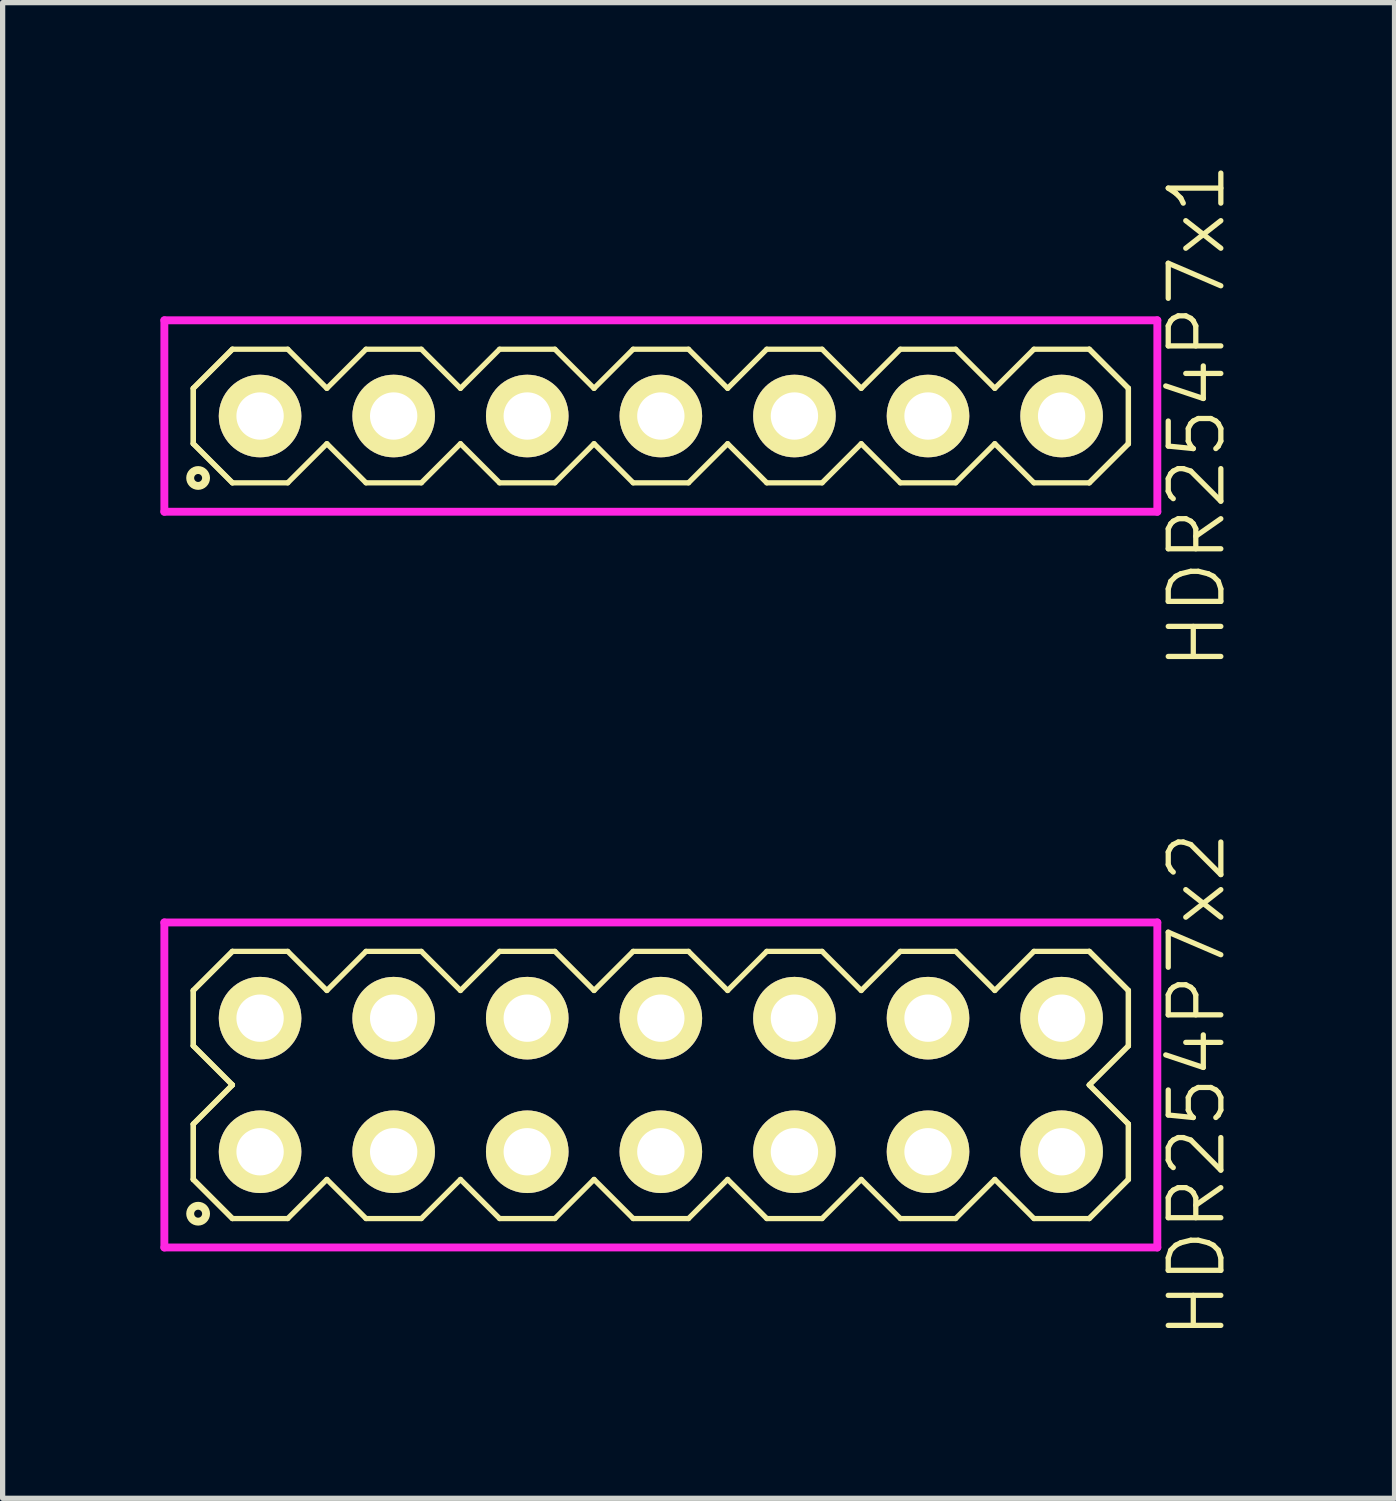
<source format=kicad_pcb>
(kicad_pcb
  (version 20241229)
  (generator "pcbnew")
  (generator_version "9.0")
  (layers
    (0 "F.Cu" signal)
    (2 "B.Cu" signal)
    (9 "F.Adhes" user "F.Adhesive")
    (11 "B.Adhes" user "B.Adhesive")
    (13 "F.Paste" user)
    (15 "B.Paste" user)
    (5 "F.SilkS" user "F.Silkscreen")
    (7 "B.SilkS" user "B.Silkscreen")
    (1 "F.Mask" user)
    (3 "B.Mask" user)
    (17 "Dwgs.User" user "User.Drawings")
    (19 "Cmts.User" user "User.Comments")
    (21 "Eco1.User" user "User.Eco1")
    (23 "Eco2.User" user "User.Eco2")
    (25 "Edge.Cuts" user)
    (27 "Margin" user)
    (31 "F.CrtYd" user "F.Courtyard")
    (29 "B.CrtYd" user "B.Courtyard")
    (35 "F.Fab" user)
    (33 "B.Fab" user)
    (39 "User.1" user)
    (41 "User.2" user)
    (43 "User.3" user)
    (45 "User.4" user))
  (footprint "HDR254P7x2"
    (layer "F.Cu")
    (at 9.515 17.579)
    (property "Reference" "HDR254P7x2" (at 10.19 0 90) (layer "F.SilkS") (effects (font (size 1 1) (thickness 0.1))))
    (attr through_hole)
    (fp_line (start -8.89 -1.796) (end -8.146 -2.54) (stroke (width 0.1) (type solid)) (layer "F.SilkS"))
    (fp_line (start -8.89 -1.796) (end -8.146 -2.54) (stroke (width 0.1) (type solid)) (layer "F.SilkS"))
    (fp_line (start -8.89 -0.744) (end -8.89 -1.796) (stroke (width 0.1) (type solid)) (layer "F.SilkS"))
    (fp_line (start -8.89 -0.744) (end -8.89 -1.796) (stroke (width 0.1) (type solid)) (layer "F.SilkS"))
    (fp_line (start -8.89 0.744) (end -8.146 0) (stroke (width 0.1) (type solid)) (layer "F.SilkS"))
    (fp_line (start -8.89 0.744) (end -8.146 0) (stroke (width 0.1) (type solid)) (layer "F.SilkS"))
    (fp_line (start -8.89 1.796) (end -8.89 0.744) (stroke (width 0.1) (type solid)) (layer "F.SilkS"))
    (fp_line (start -8.89 1.796) (end -8.89 0.744) (stroke (width 0.1) (type solid)) (layer "F.SilkS"))
    (fp_line (start -8.146 -2.54) (end -7.094 -2.54) (stroke (width 0.1) (type solid)) (layer "F.SilkS"))
    (fp_line (start -8.146 0) (end -8.89 -0.744) (stroke (width 0.1) (type solid)) (layer "F.SilkS"))
    (fp_line (start -8.146 0) (end -8.89 -0.744) (stroke (width 0.1) (type solid)) (layer "F.SilkS"))
    (fp_line (start -8.146 2.54) (end -8.89 1.796) (stroke (width 0.1) (type solid)) (layer "F.SilkS"))
    (fp_line (start -8.146 2.54) (end -8.89 1.796) (stroke (width 0.1) (type solid)) (layer "F.SilkS"))
    (fp_line (start -7.094 -2.54) (end -6.35 -1.796) (stroke (width 0.1) (type solid)) (layer "F.SilkS"))
    (fp_line (start -7.094 2.54) (end -8.146 2.54) (stroke (width 0.1) (type solid)) (layer "F.SilkS"))
    (fp_line (start -6.35 -1.796) (end -5.606 -2.54) (stroke (width 0.1) (type solid)) (layer "F.SilkS"))
    (fp_line (start -6.35 1.796) (end -7.094 2.54) (stroke (width 0.1) (type solid)) (layer "F.SilkS"))
    (fp_line (start -5.606 -2.54) (end -4.554 -2.54) (stroke (width 0.1) (type solid)) (layer "F.SilkS"))
    (fp_line (start -5.606 2.54) (end -6.35 1.796) (stroke (width 0.1) (type solid)) (layer "F.SilkS"))
    (fp_line (start -4.554 -2.54) (end -3.81 -1.796) (stroke (width 0.1) (type solid)) (layer "F.SilkS"))
    (fp_line (start -4.554 2.54) (end -5.606 2.54) (stroke (width 0.1) (type solid)) (layer "F.SilkS"))
    (fp_line (start -3.81 -1.796) (end -3.066 -2.54) (stroke (width 0.1) (type solid)) (layer "F.SilkS"))
    (fp_line (start -3.81 1.796) (end -4.554 2.54) (stroke (width 0.1) (type solid)) (layer "F.SilkS"))
    (fp_line (start -3.066 -2.54) (end -2.014 -2.54) (stroke (width 0.1) (type solid)) (layer "F.SilkS"))
    (fp_line (start -3.066 2.54) (end -3.81 1.796) (stroke (width 0.1) (type solid)) (layer "F.SilkS"))
    (fp_line (start -2.014 -2.54) (end -1.27 -1.796) (stroke (width 0.1) (type solid)) (layer "F.SilkS"))
    (fp_line (start -2.014 2.54) (end -3.066 2.54) (stroke (width 0.1) (type solid)) (layer "F.SilkS"))
    (fp_line (start -1.27 -1.796) (end -0.526 -2.54) (stroke (width 0.1) (type solid)) (layer "F.SilkS"))
    (fp_line (start -1.27 1.796) (end -2.014 2.54) (stroke (width 0.1) (type solid)) (layer "F.SilkS"))
    (fp_line (start -0.526 -2.54) (end 0.526 -2.54) (stroke (width 0.1) (type solid)) (layer "F.SilkS"))
    (fp_line (start -0.526 2.54) (end -1.27 1.796) (stroke (width 0.1) (type solid)) (layer "F.SilkS"))
    (fp_line (start 0.526 -2.54) (end 1.27 -1.796) (stroke (width 0.1) (type solid)) (layer "F.SilkS"))
    (fp_line (start 0.526 2.54) (end -0.526 2.54) (stroke (width 0.1) (type solid)) (layer "F.SilkS"))
    (fp_line (start 1.27 -1.796) (end 2.014 -2.54) (stroke (width 0.1) (type solid)) (layer "F.SilkS"))
    (fp_line (start 1.27 1.796) (end 0.526 2.54) (stroke (width 0.1) (type solid)) (layer "F.SilkS"))
    (fp_line (start 2.014 -2.54) (end 3.066 -2.54) (stroke (width 0.1) (type solid)) (layer "F.SilkS"))
    (fp_line (start 2.014 2.54) (end 1.27 1.796) (stroke (width 0.1) (type solid)) (layer "F.SilkS"))
    (fp_line (start 3.066 -2.54) (end 3.81 -1.796) (stroke (width 0.1) (type solid)) (layer "F.SilkS"))
    (fp_line (start 3.066 2.54) (end 2.014 2.54) (stroke (width 0.1) (type solid)) (layer "F.SilkS"))
    (fp_line (start 3.81 -1.796) (end 4.554 -2.54) (stroke (width 0.1) (type solid)) (layer "F.SilkS"))
    (fp_line (start 3.81 1.796) (end 3.066 2.54) (stroke (width 0.1) (type solid)) (layer "F.SilkS"))
    (fp_line (start 4.554 -2.54) (end 5.606 -2.54) (stroke (width 0.1) (type solid)) (layer "F.SilkS"))
    (fp_line (start 4.554 2.54) (end 3.81 1.796) (stroke (width 0.1) (type solid)) (layer "F.SilkS"))
    (fp_line (start 5.606 -2.54) (end 6.35 -1.796) (stroke (width 0.1) (type solid)) (layer "F.SilkS"))
    (fp_line (start 5.606 2.54) (end 4.554 2.54) (stroke (width 0.1) (type solid)) (layer "F.SilkS"))
    (fp_line (start 6.35 -1.796) (end 7.094 -2.54) (stroke (width 0.1) (type solid)) (layer "F.SilkS"))
    (fp_line (start 6.35 1.796) (end 5.606 2.54) (stroke (width 0.1) (type solid)) (layer "F.SilkS"))
    (fp_line (start 7.094 -2.54) (end 8.146 -2.54) (stroke (width 0.1) (type solid)) (layer "F.SilkS"))
    (fp_line (start 7.094 2.54) (end 6.35 1.796) (stroke (width 0.1) (type solid)) (layer "F.SilkS"))
    (fp_line (start 8.146 -2.54) (end 8.89 -1.796) (stroke (width 0.1) (type solid)) (layer "F.SilkS"))
    (fp_line (start 8.146 -2.54) (end 8.89 -1.796) (stroke (width 0.1) (type solid)) (layer "F.SilkS"))
    (fp_line (start 8.146 0) (end 8.89 0.744) (stroke (width 0.1) (type solid)) (layer "F.SilkS"))
    (fp_line (start 8.146 0) (end 8.89 0.744) (stroke (width 0.1) (type solid)) (layer "F.SilkS"))
    (fp_line (start 8.146 2.54) (end 7.094 2.54) (stroke (width 0.1) (type solid)) (layer "F.SilkS"))
    (fp_line (start 8.89 -1.796) (end 8.89 -0.744) (stroke (width 0.1) (type solid)) (layer "F.SilkS"))
    (fp_line (start 8.89 -1.796) (end 8.89 -0.744) (stroke (width 0.1) (type solid)) (layer "F.SilkS"))
    (fp_line (start 8.89 -0.744) (end 8.146 0) (stroke (width 0.1) (type solid)) (layer "F.SilkS"))
    (fp_line (start 8.89 -0.744) (end 8.146 0) (stroke (width 0.1) (type solid)) (layer "F.SilkS"))
    (fp_line (start 8.89 0.744) (end 8.89 1.796) (stroke (width 0.1) (type solid)) (layer "F.SilkS"))
    (fp_line (start 8.89 0.744) (end 8.89 1.796) (stroke (width 0.1) (type solid)) (layer "F.SilkS"))
    (fp_line (start 8.89 1.796) (end 8.146 2.54) (stroke (width 0.1) (type solid)) (layer "F.SilkS"))
    (fp_line (start 8.89 1.796) (end 8.146 2.54) (stroke (width 0.1) (type solid)) (layer "F.SilkS"))
    (fp_circle (center -8.798 2.448) (end -8.647 2.448) (stroke (width 0.15) (type solid)) (fill no) (layer "F.SilkS"))
    (fp_line (start -9.44 -3.09) (end -9.44 3.09) (stroke (width 0.15) (type solid)) (layer "F.CrtYd"))
    (fp_line (start -9.44 3.09) (end 9.44 3.09) (stroke (width 0.15) (type solid)) (layer "F.CrtYd"))
    (fp_line (start 9.44 -3.09) (end -9.44 -3.09) (stroke (width 0.15) (type solid)) (layer "F.CrtYd"))
    (fp_line (start 9.44 3.09) (end 9.44 -3.09) (stroke (width 0.15) (type solid)) (layer "F.CrtYd"))
    (pad "1" thru_hole oval (at -7.62 1.27) (size 1.57 1.57) (drill 0.9) (layers "*.Cu" "*.Mask" "F.SilkS"))
    (pad "2" thru_hole oval (at -7.62 -1.27) (size 1.57 1.57) (drill 0.9) (layers "*.Cu" "*.Mask" "F.SilkS"))
    (pad "3" thru_hole oval (at -5.08 1.27) (size 1.57 1.57) (drill 0.9) (layers "*.Cu" "*.Mask" "F.SilkS"))
    (pad "4" thru_hole oval (at -5.08 -1.27) (size 1.57 1.57) (drill 0.9) (layers "*.Cu" "*.Mask" "F.SilkS"))
    (pad "5" thru_hole oval (at -2.54 1.27) (size 1.57 1.57) (drill 0.9) (layers "*.Cu" "*.Mask" "F.SilkS"))
    (pad "6" thru_hole oval (at -2.54 -1.27) (size 1.57 1.57) (drill 0.9) (layers "*.Cu" "*.Mask" "F.SilkS"))
    (pad "7" thru_hole oval (at 0 1.27) (size 1.57 1.57) (drill 0.9) (layers "*.Cu" "*.Mask" "F.SilkS"))
    (pad "8" thru_hole oval (at 0 -1.27) (size 1.57 1.57) (drill 0.9) (layers "*.Cu" "*.Mask" "F.SilkS"))
    (pad "9" thru_hole oval (at 2.54 1.27) (size 1.57 1.57) (drill 0.9) (layers "*.Cu" "*.Mask" "F.SilkS"))
    (pad "10" thru_hole oval (at 2.54 -1.27) (size 1.57 1.57) (drill 0.9) (layers "*.Cu" "*.Mask" "F.SilkS"))
    (pad "11" thru_hole oval (at 5.08 1.27) (size 1.57 1.57) (drill 0.9) (layers "*.Cu" "*.Mask" "F.SilkS"))
    (pad "12" thru_hole oval (at 5.08 -1.27) (size 1.57 1.57) (drill 0.9) (layers "*.Cu" "*.Mask" "F.SilkS"))
    (pad "13" thru_hole oval (at 7.62 1.27) (size 1.57 1.57) (drill 0.9) (layers "*.Cu" "*.Mask" "F.SilkS"))
    (pad "14" thru_hole oval (at 7.62 -1.27) (size 1.57 1.57) (drill 0.9) (layers "*.Cu" "*.Mask" "F.SilkS")))
  (footprint "HDR254P7x1"
    (layer "F.Cu")
    (at 9.515 4.86)
    (property "Reference" "HDR254P7x1" (at 10.19 0 90) (layer "F.SilkS") (effects (font (size 1 1) (thickness 0.1))))
    (attr through_hole)
    (fp_line (start -8.89 -0.526) (end -8.146 -1.27) (stroke (width 0.1) (type solid)) (layer "F.SilkS"))
    (fp_line (start -8.89 -0.526) (end -8.146 -1.27) (stroke (width 0.1) (type solid)) (layer "F.SilkS"))
    (fp_line (start -8.89 0.526) (end -8.89 -0.526) (stroke (width 0.1) (type solid)) (layer "F.SilkS"))
    (fp_line (start -8.89 0.526) (end -8.89 -0.526) (stroke (width 0.1) (type solid)) (layer "F.SilkS"))
    (fp_line (start -8.146 -1.27) (end -7.094 -1.27) (stroke (width 0.1) (type solid)) (layer "F.SilkS"))
    (fp_line (start -8.146 1.27) (end -8.89 0.526) (stroke (width 0.1) (type solid)) (layer "F.SilkS"))
    (fp_line (start -8.146 1.27) (end -8.89 0.526) (stroke (width 0.1) (type solid)) (layer "F.SilkS"))
    (fp_line (start -7.094 -1.27) (end -6.35 -0.526) (stroke (width 0.1) (type solid)) (layer "F.SilkS"))
    (fp_line (start -7.094 1.27) (end -8.146 1.27) (stroke (width 0.1) (type solid)) (layer "F.SilkS"))
    (fp_line (start -6.35 -0.526) (end -5.606 -1.27) (stroke (width 0.1) (type solid)) (layer "F.SilkS"))
    (fp_line (start -6.35 0.526) (end -7.094 1.27) (stroke (width 0.1) (type solid)) (layer "F.SilkS"))
    (fp_line (start -5.606 -1.27) (end -4.554 -1.27) (stroke (width 0.1) (type solid)) (layer "F.SilkS"))
    (fp_line (start -5.606 1.27) (end -6.35 0.526) (stroke (width 0.1) (type solid)) (layer "F.SilkS"))
    (fp_line (start -4.554 -1.27) (end -3.81 -0.526) (stroke (width 0.1) (type solid)) (layer "F.SilkS"))
    (fp_line (start -4.554 1.27) (end -5.606 1.27) (stroke (width 0.1) (type solid)) (layer "F.SilkS"))
    (fp_line (start -3.81 -0.526) (end -3.066 -1.27) (stroke (width 0.1) (type solid)) (layer "F.SilkS"))
    (fp_line (start -3.81 0.526) (end -4.554 1.27) (stroke (width 0.1) (type solid)) (layer "F.SilkS"))
    (fp_line (start -3.066 -1.27) (end -2.014 -1.27) (stroke (width 0.1) (type solid)) (layer "F.SilkS"))
    (fp_line (start -3.066 1.27) (end -3.81 0.526) (stroke (width 0.1) (type solid)) (layer "F.SilkS"))
    (fp_line (start -2.014 -1.27) (end -1.27 -0.526) (stroke (width 0.1) (type solid)) (layer "F.SilkS"))
    (fp_line (start -2.014 1.27) (end -3.066 1.27) (stroke (width 0.1) (type solid)) (layer "F.SilkS"))
    (fp_line (start -1.27 -0.526) (end -0.526 -1.27) (stroke (width 0.1) (type solid)) (layer "F.SilkS"))
    (fp_line (start -1.27 0.526) (end -2.014 1.27) (stroke (width 0.1) (type solid)) (layer "F.SilkS"))
    (fp_line (start -0.526 -1.27) (end 0.526 -1.27) (stroke (width 0.1) (type solid)) (layer "F.SilkS"))
    (fp_line (start -0.526 1.27) (end -1.27 0.526) (stroke (width 0.1) (type solid)) (layer "F.SilkS"))
    (fp_line (start 0.526 -1.27) (end 1.27 -0.526) (stroke (width 0.1) (type solid)) (layer "F.SilkS"))
    (fp_line (start 0.526 1.27) (end -0.526 1.27) (stroke (width 0.1) (type solid)) (layer "F.SilkS"))
    (fp_line (start 1.27 -0.526) (end 2.014 -1.27) (stroke (width 0.1) (type solid)) (layer "F.SilkS"))
    (fp_line (start 1.27 0.526) (end 0.526 1.27) (stroke (width 0.1) (type solid)) (layer "F.SilkS"))
    (fp_line (start 2.014 -1.27) (end 3.066 -1.27) (stroke (width 0.1) (type solid)) (layer "F.SilkS"))
    (fp_line (start 2.014 1.27) (end 1.27 0.526) (stroke (width 0.1) (type solid)) (layer "F.SilkS"))
    (fp_line (start 3.066 -1.27) (end 3.81 -0.526) (stroke (width 0.1) (type solid)) (layer "F.SilkS"))
    (fp_line (start 3.066 1.27) (end 2.014 1.27) (stroke (width 0.1) (type solid)) (layer "F.SilkS"))
    (fp_line (start 3.81 -0.526) (end 4.554 -1.27) (stroke (width 0.1) (type solid)) (layer "F.SilkS"))
    (fp_line (start 3.81 0.526) (end 3.066 1.27) (stroke (width 0.1) (type solid)) (layer "F.SilkS"))
    (fp_line (start 4.554 -1.27) (end 5.606 -1.27) (stroke (width 0.1) (type solid)) (layer "F.SilkS"))
    (fp_line (start 4.554 1.27) (end 3.81 0.526) (stroke (width 0.1) (type solid)) (layer "F.SilkS"))
    (fp_line (start 5.606 -1.27) (end 6.35 -0.526) (stroke (width 0.1) (type solid)) (layer "F.SilkS"))
    (fp_line (start 5.606 1.27) (end 4.554 1.27) (stroke (width 0.1) (type solid)) (layer "F.SilkS"))
    (fp_line (start 6.35 -0.526) (end 7.094 -1.27) (stroke (width 0.1) (type solid)) (layer "F.SilkS"))
    (fp_line (start 6.35 0.526) (end 5.606 1.27) (stroke (width 0.1) (type solid)) (layer "F.SilkS"))
    (fp_line (start 7.094 -1.27) (end 8.146 -1.27) (stroke (width 0.1) (type solid)) (layer "F.SilkS"))
    (fp_line (start 7.094 1.27) (end 6.35 0.526) (stroke (width 0.1) (type solid)) (layer "F.SilkS"))
    (fp_line (start 8.146 -1.27) (end 8.89 -0.526) (stroke (width 0.1) (type solid)) (layer "F.SilkS"))
    (fp_line (start 8.146 -1.27) (end 8.89 -0.526) (stroke (width 0.1) (type solid)) (layer "F.SilkS"))
    (fp_line (start 8.146 1.27) (end 7.094 1.27) (stroke (width 0.1) (type solid)) (layer "F.SilkS"))
    (fp_line (start 8.89 -0.526) (end 8.89 0.526) (stroke (width 0.1) (type solid)) (layer "F.SilkS"))
    (fp_line (start 8.89 -0.526) (end 8.89 0.526) (stroke (width 0.1) (type solid)) (layer "F.SilkS"))
    (fp_line (start 8.89 0.526) (end 8.146 1.27) (stroke (width 0.1) (type solid)) (layer "F.SilkS"))
    (fp_line (start 8.89 0.526) (end 8.146 1.27) (stroke (width 0.1) (type solid)) (layer "F.SilkS"))
    (fp_circle (center -8.798 1.178) (end -8.647 1.178) (stroke (width 0.15) (type solid)) (fill no) (layer "F.SilkS"))
    (fp_line (start -9.44 -1.82) (end -9.44 1.82) (stroke (width 0.15) (type solid)) (layer "F.CrtYd"))
    (fp_line (start -9.44 1.82) (end 9.44 1.82) (stroke (width 0.15) (type solid)) (layer "F.CrtYd"))
    (fp_line (start 9.44 -1.82) (end -9.44 -1.82) (stroke (width 0.15) (type solid)) (layer "F.CrtYd"))
    (fp_line (start 9.44 1.82) (end 9.44 -1.82) (stroke (width 0.15) (type solid)) (layer "F.CrtYd"))
    (pad "1" thru_hole oval (at -7.62 0) (size 1.57 1.57) (drill 0.9) (layers "*.Cu" "*.Mask" "F.SilkS"))
    (pad "2" thru_hole oval (at -5.08 0) (size 1.57 1.57) (drill 0.9) (layers "*.Cu" "*.Mask" "F.SilkS"))
    (pad "3" thru_hole oval (at -2.54 0) (size 1.57 1.57) (drill 0.9) (layers "*.Cu" "*.Mask" "F.SilkS"))
    (pad "4" thru_hole oval (at 0 0) (size 1.57 1.57) (drill 0.9) (layers "*.Cu" "*.Mask" "F.SilkS"))
    (pad "5" thru_hole oval (at 2.54 0) (size 1.57 1.57) (drill 0.9) (layers "*.Cu" "*.Mask" "F.SilkS"))
    (pad "6" thru_hole oval (at 5.08 0) (size 1.57 1.57) (drill 0.9) (layers "*.Cu" "*.Mask" "F.SilkS"))
    (pad "7" thru_hole oval (at 7.62 0) (size 1.57 1.57) (drill 0.9) (layers "*.Cu" "*.Mask" "F.SilkS")))
  (gr_rect
    (start -3 -3)
    (end 23.465 25.438)
    (stroke (width 0.1) (type default))
    (fill no)
    (layer "Edge.Cuts")))
</source>
